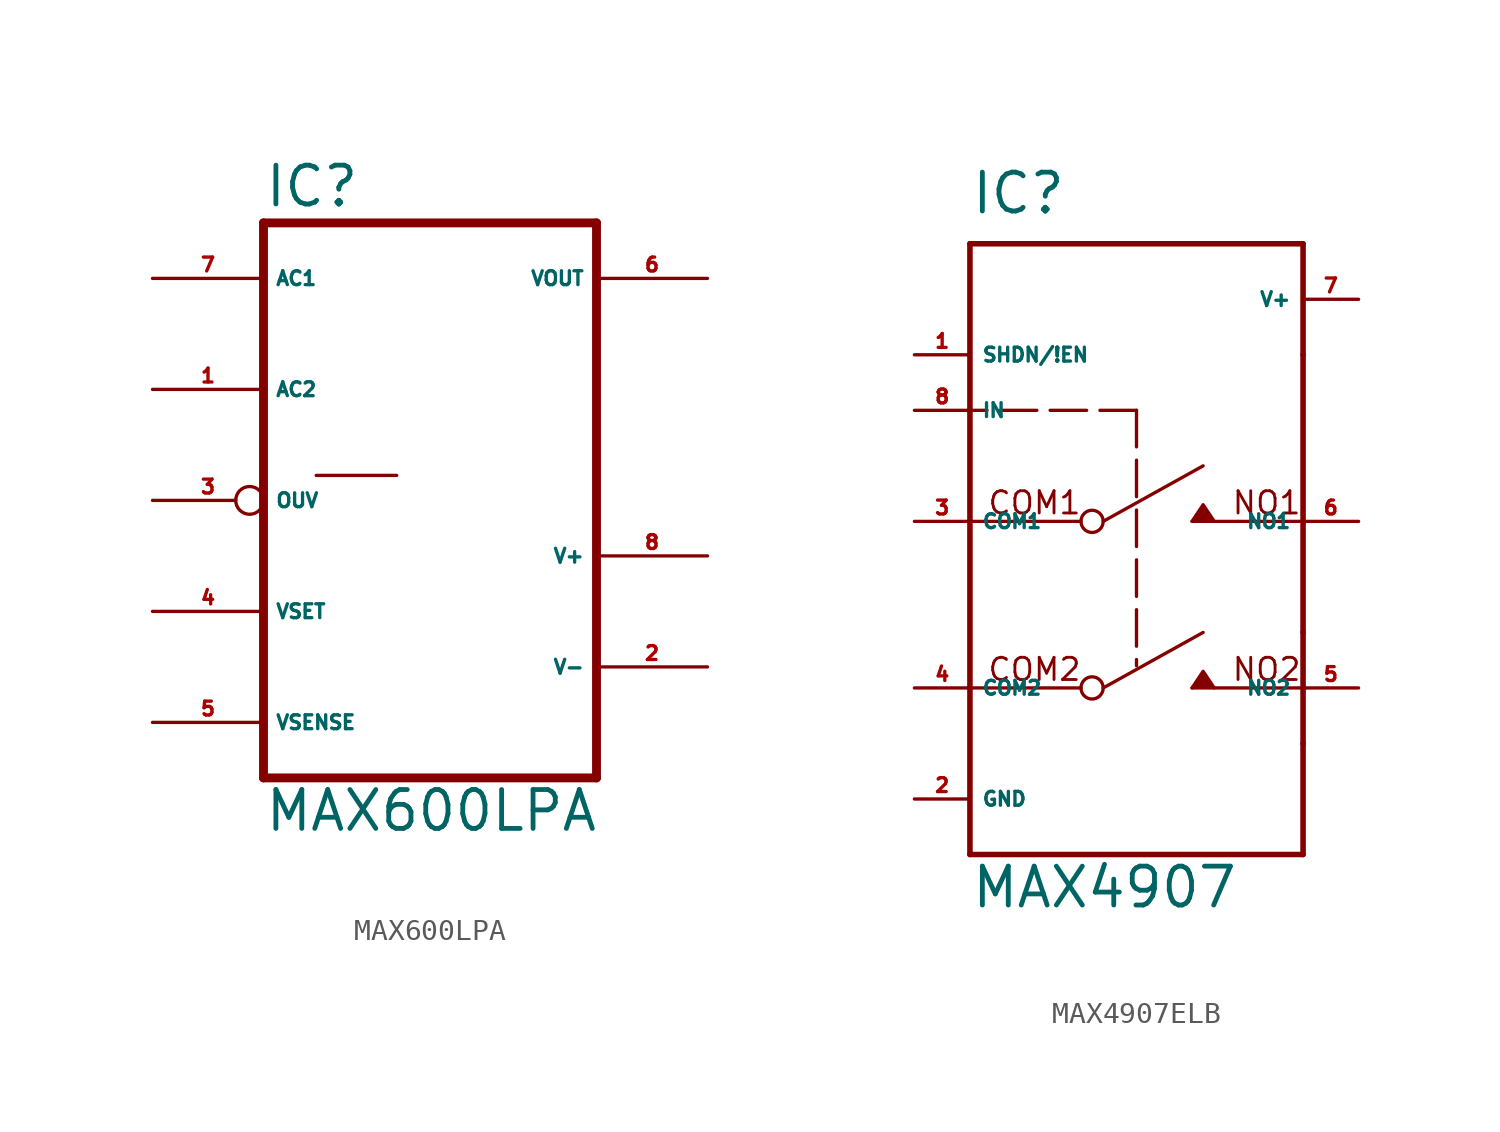
<source format=kicad_sym>
(kicad_symbol_lib
  (version 20220914)
  (generator Eagle2Kicad)
  (symbol "MAX600LPA"
    (property "Reference" "IC"
      (at -7.62 13.335 0)
      (effects (font (size 1.778 1.778) (thickness 0.22)) (justify left bottom)))
    (property "Value" "MAX600LPA"
      (at -7.62 -15.24 0)
      (effects (font (size 1.778 1.778) (thickness 0.22)) (justify left bottom)))
    (polyline
      (pts (xy -7.62 -12.7) (xy -7.62 12.7))
      (stroke (width 0.406) (type default))
      (fill (type none)))
    (polyline
      (pts (xy 7.62 12.7) (xy -7.62 12.7))
      (stroke (width 0.406) (type default))
      (fill (type none)))
    (polyline
      (pts (xy 7.62 12.7) (xy 7.62 -12.7))
      (stroke (width 0.406) (type default))
      (fill (type none)))
    (polyline
      (pts (xy -7.62 -12.7) (xy 7.62 -12.7))
      (stroke (width 0.406) (type default))
      (fill (type none)))
    (polyline
      (pts (xy -5.207 1.143) (xy -1.524 1.143))
      (stroke (width 0.152) (type default))
      (fill (type none)))
    (pin input line
      (at -12.7 10.16 0)
      (length 5.08)
      (name "AC1" (effects (font (size 0.635 0.635) (thickness 0.08)) (justify left bottom)))
      (number "7" (effects (font (size 0.635 0.635) (thickness 0.08)) (justify left bottom))))
    (pin input line
      (at -12.7 5.08 0)
      (length 5.08)
      (name "AC2" (effects (font (size 0.635 0.635) (thickness 0.08)) (justify left bottom)))
      (number "1" (effects (font (size 0.635 0.635) (thickness 0.08)) (justify left bottom))))
    (pin input inverted
      (at -12.7 0 0)
      (length 5.08)
      (name "OUV" (effects (font (size 0.635 0.635) (thickness 0.08)) (justify left bottom)))
      (number "3" (effects (font (size 0.635 0.635) (thickness 0.08)) (justify left bottom))))
    (pin input line
      (at -12.7 -5.08 0)
      (length 5.08)
      (name "VSET" (effects (font (size 0.635 0.635) (thickness 0.08)) (justify left bottom)))
      (number "4" (effects (font (size 0.635 0.635) (thickness 0.08)) (justify left bottom))))
    (pin unspecified line
      (at 12.7 -7.62 180)
      (length 5.08)
      (name "V-" (effects (font (size 0.635 0.635) (thickness 0.08)) (justify left bottom)))
      (number "2" (effects (font (size 0.635 0.635) (thickness 0.08)) (justify left bottom))))
    (pin unspecified line
      (at 12.7 -2.54 180)
      (length 5.08)
      (name "V+" (effects (font (size 0.635 0.635) (thickness 0.08)) (justify left bottom)))
      (number "8" (effects (font (size 0.635 0.635) (thickness 0.08)) (justify left bottom))))
    (pin output line
      (at 12.7 10.16 180)
      (length 5.08)
      (name "VOUT" (effects (font (size 0.635 0.635) (thickness 0.08)) (justify left bottom)))
      (number "6" (effects (font (size 0.635 0.635) (thickness 0.08)) (justify left bottom))))
    (pin input line
      (at -12.7 -10.16 0)
      (length 5.08)
      (name "VSENSE" (effects (font (size 0.635 0.635) (thickness 0.08)) (justify left bottom)))
      (number "5" (effects (font (size 0.635 0.635) (thickness 0.08)) (justify left bottom)))))
  (symbol "MAX4907ELB"
    (property "Reference" "IC"
      (at -7.62 13.97 0)
      (effects (font (size 1.778 1.778) (thickness 0.22)) (justify left bottom)))
    (property "Value" "MAX4907"
      (at -7.62 -17.78 0)
      (effects (font (size 1.778 1.778) (thickness 0.22)) (justify left bottom)))
    (polyline
      (pts (xy 2.54 0) (xy 3.048 0.762) (xy 3.556 0))
      (stroke (width 0.152) (type default))
      (fill (type outline)))
    (polyline
      (pts (xy 2.54 -7.62) (xy 3.048 -6.858) (xy 3.556 -7.62))
      (stroke (width 0.152) (type default))
      (fill (type outline)))
    (polyline
      (pts (xy -1.524 0) (xy 3.048 2.54))
      (stroke (width 0.152) (type default))
      (fill (type none)))
    (polyline
      (pts (xy 0 5.08) (xy 0 -6.604))
      (stroke (width 0.152) (type dash))
      (fill (type none)))
    (polyline
      (pts (xy -7.62 12.7) (xy 7.62 12.7))
      (stroke (width 0.254) (type default))
      (fill (type none)))
    (polyline
      (pts (xy 7.62 12.7) (xy 7.62 7.62))
      (stroke (width 0.254) (type default))
      (fill (type none)))
    (polyline
      (pts (xy 7.62 7.62) (xy 7.62 0))
      (stroke (width 0.254) (type default))
      (fill (type none)))
    (polyline
      (pts (xy 7.62 0) (xy 7.62 -5.08))
      (stroke (width 0.254) (type default))
      (fill (type none)))
    (polyline
      (pts (xy 7.62 -5.08) (xy 7.62 -7.62))
      (stroke (width 0.254) (type default))
      (fill (type none)))
    (polyline
      (pts (xy 7.62 -7.62) (xy 7.62 -10.16))
      (stroke (width 0.254) (type default))
      (fill (type none)))
    (polyline
      (pts (xy 7.62 -10.16) (xy 7.62 -15.24))
      (stroke (width 0.254) (type default))
      (fill (type none)))
    (polyline
      (pts (xy 7.62 -15.24) (xy -7.62 -15.24))
      (stroke (width 0.254) (type default))
      (fill (type none)))
    (polyline
      (pts (xy -7.62 -15.24) (xy -7.62 -7.62))
      (stroke (width 0.254) (type default))
      (fill (type none)))
    (polyline
      (pts (xy -7.62 -7.62) (xy -7.62 0))
      (stroke (width 0.254) (type default))
      (fill (type none)))
    (polyline
      (pts (xy -7.62 0) (xy -7.62 5.08))
      (stroke (width 0.254) (type default))
      (fill (type none)))
    (polyline
      (pts (xy -7.62 5.08) (xy -7.62 12.7))
      (stroke (width 0.254) (type default))
      (fill (type none)))
    (polyline
      (pts (xy 2.54 0) (xy 7.62 0))
      (stroke (width 0.152) (type default))
      (fill (type none)))
    (polyline
      (pts (xy 2.54 -7.62) (xy 7.62 -7.62))
      (stroke (width 0.152) (type default))
      (fill (type none)))
    (polyline
      (pts (xy -7.62 -7.62) (xy -2.54 -7.62))
      (stroke (width 0.152) (type default))
      (fill (type none)))
    (polyline
      (pts (xy -7.62 0) (xy -2.54 0))
      (stroke (width 0.152) (type default))
      (fill (type none)))
    (polyline
      (pts (xy -1.524 -7.62) (xy 3.048 -5.08))
      (stroke (width 0.152) (type default))
      (fill (type none)))
    (polyline
      (pts (xy 0 5.08) (xy -7.62 5.08))
      (stroke (width 0.152) (type dash))
      (fill (type none)))
    (text "COM1"
      (at -6.858 0.254 0)
      (effects (font (size 1.016 1.016) (thickness 0.13)) (justify left bottom)))
    (text "COM2"
      (at -6.858 -7.366 0)
      (effects (font (size 1.016 1.016) (thickness 0.13)) (justify left bottom)))
    (text "NO1"
      (at 4.318 0.254 0)
      (effects (font (size 1.016 1.016) (thickness 0.13)) (justify left bottom)))
    (text "NO2"
      (at 4.318 -7.366 0)
      (effects (font (size 1.016 1.016) (thickness 0.13)) (justify left bottom)))
    (circle
      (center -2.032 0)
      (radius 0.508)
      (stroke (width 0.152) (type default))
      (fill (type none)))
    (circle
      (center -2.032 -7.62)
      (radius 0.508)
      (stroke (width 0.152) (type default))
      (fill (type none)))
    (pin input line
      (at -10.16 7.62 0)
      (length 2.54)
      (name "SHDN/!EN" (effects (font (size 0.635 0.635) (thickness 0.08)) (justify left bottom)))
      (number "1" (effects (font (size 0.635 0.635) (thickness 0.08)) (justify left bottom))))
    (pin input line
      (at 10.16 10.16 180)
      (length 2.54)
      (name "V+" (effects (font (size 0.635 0.635) (thickness 0.08)) (justify left bottom)))
      (number "7" (effects (font (size 0.635 0.635) (thickness 0.08)) (justify left bottom))))
    (pin bidirectional line
      (at -10.16 0 0)
      (length 2.54)
      (name "COM1" (effects (font (size 0.635 0.635) (thickness 0.08)) (justify left bottom)))
      (number "3" (effects (font (size 0.635 0.635) (thickness 0.08)) (justify left bottom))))
    (pin bidirectional line
      (at 10.16 0 180)
      (length 2.54)
      (name "NO1" (effects (font (size 0.635 0.635) (thickness 0.08)) (justify left bottom)))
      (number "6" (effects (font (size 0.635 0.635) (thickness 0.08)) (justify left bottom))))
    (pin bidirectional line
      (at -10.16 -7.62 0)
      (length 2.54)
      (name "COM2" (effects (font (size 0.635 0.635) (thickness 0.08)) (justify left bottom)))
      (number "4" (effects (font (size 0.635 0.635) (thickness 0.08)) (justify left bottom))))
    (pin bidirectional line
      (at 10.16 -7.62 180)
      (length 2.54)
      (name "NO2" (effects (font (size 0.635 0.635) (thickness 0.08)) (justify left bottom)))
      (number "5" (effects (font (size 0.635 0.635) (thickness 0.08)) (justify left bottom))))
    (pin input line
      (at -10.16 5.08 0)
      (length 2.54)
      (name "IN" (effects (font (size 0.635 0.635) (thickness 0.08)) (justify left bottom)))
      (number "8" (effects (font (size 0.635 0.635) (thickness 0.08)) (justify left bottom))))
    (pin unspecified line
      (at -10.16 -12.7 0)
      (length 2.54)
      (name "GND" (effects (font (size 0.635 0.635) (thickness 0.08)) (justify left bottom)))
      (number "2" (effects (font (size 0.635 0.635) (thickness 0.08)) (justify left bottom))))))
</source>
